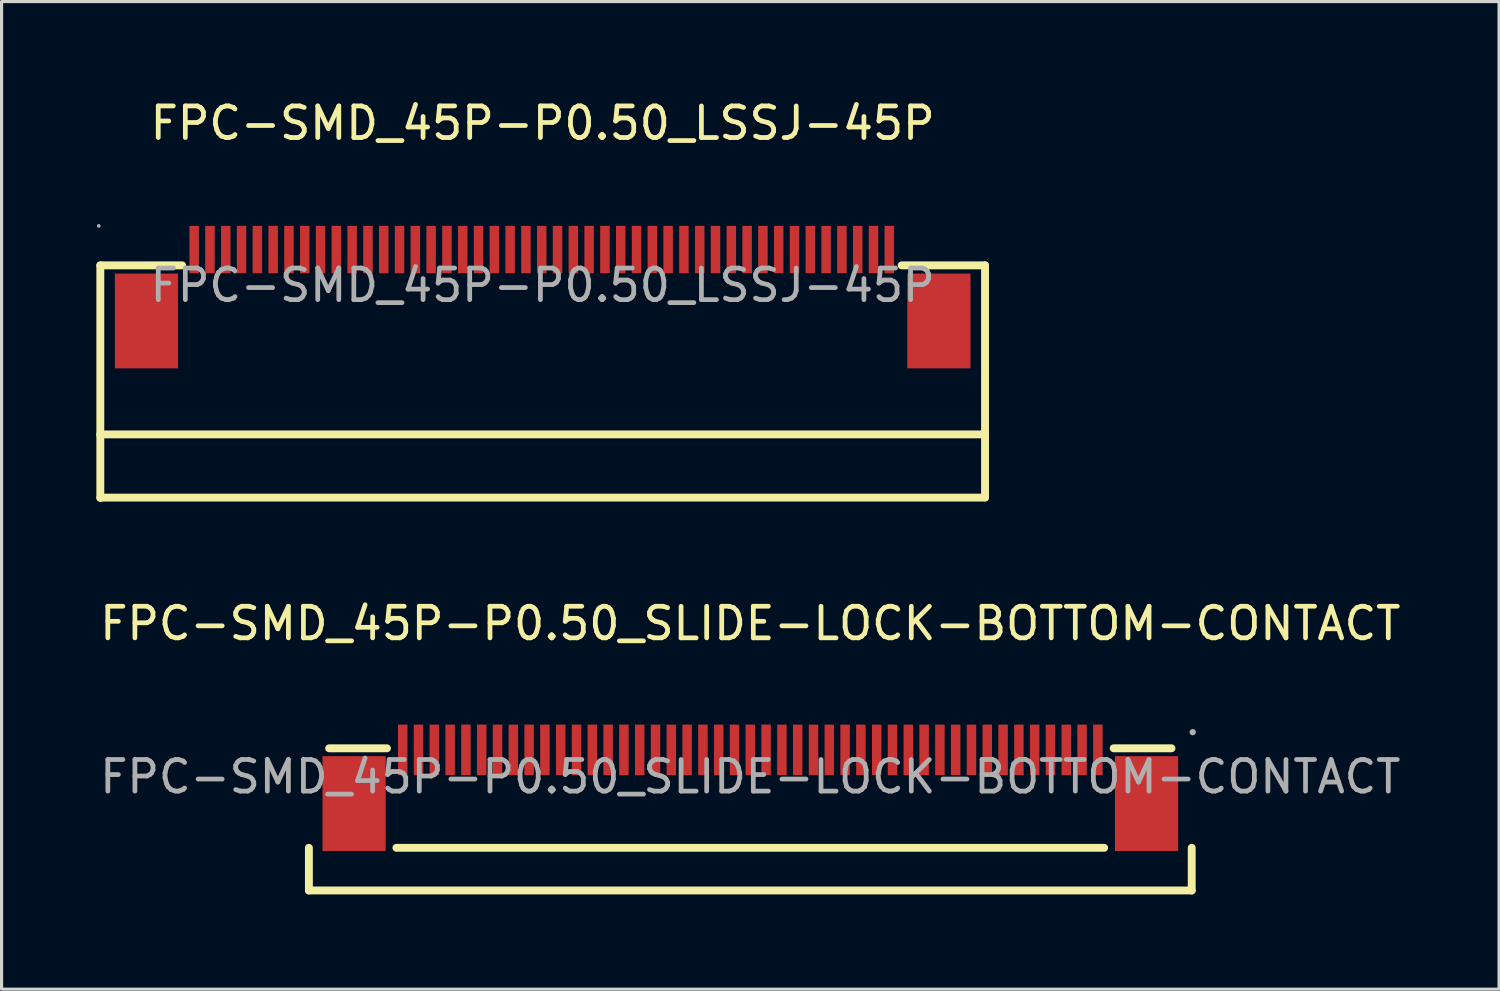
<source format=kicad_pcb>
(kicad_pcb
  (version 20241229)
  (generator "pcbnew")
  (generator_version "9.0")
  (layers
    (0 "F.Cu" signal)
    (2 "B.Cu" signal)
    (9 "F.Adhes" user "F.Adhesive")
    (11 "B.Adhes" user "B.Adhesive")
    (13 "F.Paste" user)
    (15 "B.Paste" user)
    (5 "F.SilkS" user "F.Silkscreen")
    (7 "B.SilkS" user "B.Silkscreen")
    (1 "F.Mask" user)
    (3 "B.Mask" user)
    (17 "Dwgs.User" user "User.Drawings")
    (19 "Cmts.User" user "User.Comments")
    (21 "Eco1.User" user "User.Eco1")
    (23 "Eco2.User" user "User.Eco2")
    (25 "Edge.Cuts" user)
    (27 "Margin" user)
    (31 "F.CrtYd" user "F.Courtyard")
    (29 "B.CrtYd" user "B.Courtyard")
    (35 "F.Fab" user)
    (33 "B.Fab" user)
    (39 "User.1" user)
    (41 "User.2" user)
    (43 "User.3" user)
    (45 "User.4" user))
  (footprint "FPC-SMD_45P-P0.50_SLIDE-LOCK-BOTTOM-CONTACT"
    (layer "F.Cu")
    (at 20.696 21.532)
    (property "Reference" "FPC-SMD_45P-P0.50_SLIDE-LOCK-BOTTOM-CONTACT" (at 0 -4.85 0) (layer "F.SilkS") (effects (font (size 1 1) (thickness 0.15))))
    (attr through_hole)
    (fp_line (start -13.97 3.6) (end -13.97 2.25) (stroke (width 0.25) (type solid)) (layer "F.SilkS"))
    (fp_line (start -13.97 3.6) (end 13.97 3.6) (stroke (width 0.25) (type solid)) (layer "F.SilkS"))
    (fp_line (start -13.33 -0.9) (end -11.5 -0.9) (stroke (width 0.25) (type solid)) (layer "F.SilkS"))
    (fp_line (start -11.2 2.25) (end 11.2 2.25) (stroke (width 0.25) (type solid)) (layer "F.SilkS"))
    (fp_line (start 11.5 -0.9) (end 13.33 -0.9) (stroke (width 0.25) (type solid)) (layer "F.SilkS"))
    (fp_line (start 13.97 3.6) (end 13.97 2.25) (stroke (width 0.25) (type solid)) (layer "F.SilkS"))
    (fp_circle (center 14 -1.41) (end 14.05 -1.41) (stroke (width 0.1) (type solid)) (fill no) (layer "F.Fab"))
    (fp_text user "${REFERENCE}" (at 0 0 0) (layer "F.Fab") (effects (font (size 1 1) (thickness 0.15))))
    (pad "1" smd rect (at 11 -0.85 180) (size 0.3 1.6) (layers "F.Cu" "F.Mask" "F.Paste"))
    (pad "2" smd rect (at 10.5 -0.85 180) (size 0.3 1.6) (layers "F.Cu" "F.Mask" "F.Paste"))
    (pad "3" smd rect (at 10 -0.85 180) (size 0.3 1.6) (layers "F.Cu" "F.Mask" "F.Paste"))
    (pad "4" smd rect (at 9.5 -0.85 180) (size 0.3 1.6) (layers "F.Cu" "F.Mask" "F.Paste"))
    (pad "5" smd rect (at 9 -0.85 180) (size 0.3 1.6) (layers "F.Cu" "F.Mask" "F.Paste"))
    (pad "6" smd rect (at 8.5 -0.85 180) (size 0.3 1.6) (layers "F.Cu" "F.Mask" "F.Paste"))
    (pad "7" smd rect (at 8 -0.85 180) (size 0.3 1.6) (layers "F.Cu" "F.Mask" "F.Paste"))
    (pad "8" smd rect (at 7.5 -0.85 180) (size 0.3 1.6) (layers "F.Cu" "F.Mask" "F.Paste"))
    (pad "9" smd rect (at 7 -0.85 180) (size 0.3 1.6) (layers "F.Cu" "F.Mask" "F.Paste"))
    (pad "10" smd rect (at 6.5 -0.85 180) (size 0.3 1.6) (layers "F.Cu" "F.Mask" "F.Paste"))
    (pad "11" smd rect (at 6 -0.85 180) (size 0.3 1.6) (layers "F.Cu" "F.Mask" "F.Paste"))
    (pad "12" smd rect (at 5.5 -0.85 180) (size 0.3 1.6) (layers "F.Cu" "F.Mask" "F.Paste"))
    (pad "13" smd rect (at 5 -0.85 180) (size 0.3 1.6) (layers "F.Cu" "F.Mask" "F.Paste"))
    (pad "14" smd rect (at 4.5 -0.85 180) (size 0.3 1.6) (layers "F.Cu" "F.Mask" "F.Paste"))
    (pad "15" smd rect (at 4 -0.85 180) (size 0.3 1.6) (layers "F.Cu" "F.Mask" "F.Paste"))
    (pad "16" smd rect (at 3.5 -0.85 180) (size 0.3 1.6) (layers "F.Cu" "F.Mask" "F.Paste"))
    (pad "17" smd rect (at 3 -0.85 180) (size 0.3 1.6) (layers "F.Cu" "F.Mask" "F.Paste"))
    (pad "18" smd rect (at 2.5 -0.85 180) (size 0.3 1.6) (layers "F.Cu" "F.Mask" "F.Paste"))
    (pad "19" smd rect (at 2 -0.85 180) (size 0.3 1.6) (layers "F.Cu" "F.Mask" "F.Paste"))
    (pad "20" smd rect (at 1.5 -0.85 180) (size 0.3 1.6) (layers "F.Cu" "F.Mask" "F.Paste"))
    (pad "21" smd rect (at 1 -0.85 180) (size 0.3 1.6) (layers "F.Cu" "F.Mask" "F.Paste"))
    (pad "22" smd rect (at 0.5 -0.85 180) (size 0.3 1.6) (layers "F.Cu" "F.Mask" "F.Paste"))
    (pad "23" smd rect (at 0 -0.85 180) (size 0.3 1.6) (layers "F.Cu" "F.Mask" "F.Paste"))
    (pad "24" smd rect (at -0.5 -0.85 180) (size 0.3 1.6) (layers "F.Cu" "F.Mask" "F.Paste"))
    (pad "25" smd rect (at -1 -0.85 180) (size 0.3 1.6) (layers "F.Cu" "F.Mask" "F.Paste"))
    (pad "26" smd rect (at -1.5 -0.85 180) (size 0.3 1.6) (layers "F.Cu" "F.Mask" "F.Paste"))
    (pad "27" smd rect (at -2 -0.85 180) (size 0.3 1.6) (layers "F.Cu" "F.Mask" "F.Paste"))
    (pad "28" smd rect (at -2.5 -0.85 180) (size 0.3 1.6) (layers "F.Cu" "F.Mask" "F.Paste"))
    (pad "29" smd rect (at -3 -0.85 180) (size 0.3 1.6) (layers "F.Cu" "F.Mask" "F.Paste"))
    (pad "30" smd rect (at -3.5 -0.85 180) (size 0.3 1.6) (layers "F.Cu" "F.Mask" "F.Paste"))
    (pad "31" smd rect (at -4 -0.85 180) (size 0.3 1.6) (layers "F.Cu" "F.Mask" "F.Paste"))
    (pad "32" smd rect (at -4.5 -0.85 180) (size 0.3 1.6) (layers "F.Cu" "F.Mask" "F.Paste"))
    (pad "33" smd rect (at -5 -0.85 180) (size 0.3 1.6) (layers "F.Cu" "F.Mask" "F.Paste"))
    (pad "34" smd rect (at -5.5 -0.85 180) (size 0.3 1.6) (layers "F.Cu" "F.Mask" "F.Paste"))
    (pad "35" smd rect (at -6 -0.85 180) (size 0.3 1.6) (layers "F.Cu" "F.Mask" "F.Paste"))
    (pad "36" smd rect (at -6.5 -0.85 180) (size 0.3 1.6) (layers "F.Cu" "F.Mask" "F.Paste"))
    (pad "37" smd rect (at -7 -0.85 180) (size 0.3 1.6) (layers "F.Cu" "F.Mask" "F.Paste"))
    (pad "38" smd rect (at -7.5 -0.85 180) (size 0.3 1.6) (layers "F.Cu" "F.Mask" "F.Paste"))
    (pad "39" smd rect (at -8 -0.85 180) (size 0.3 1.6) (layers "F.Cu" "F.Mask" "F.Paste"))
    (pad "40" smd rect (at -8.5 -0.85 180) (size 0.3 1.6) (layers "F.Cu" "F.Mask" "F.Paste"))
    (pad "41" smd rect (at -9 -0.85 180) (size 0.3 1.6) (layers "F.Cu" "F.Mask" "F.Paste"))
    (pad "42" smd rect (at -9.5 -0.85 180) (size 0.3 1.6) (layers "F.Cu" "F.Mask" "F.Paste"))
    (pad "43" smd rect (at -10 -0.85 180) (size 0.3 1.6) (layers "F.Cu" "F.Mask" "F.Paste"))
    (pad "44" smd rect (at -10.5 -0.85 180) (size 0.3 1.6) (layers "F.Cu" "F.Mask" "F.Paste"))
    (pad "45" smd rect (at -11 -0.85 180) (size 0.3 1.6) (layers "F.Cu" "F.Mask" "F.Paste"))
    (pad "46" smd rect (at -12.54 0.85) (size 2 3) (layers "F.Cu" "F.Mask" "F.Paste"))
    (pad "47" smd rect (at 12.54 0.85 180) (size 2 3) (layers "F.Cu" "F.Mask" "F.Paste")))
  (footprint "FPC-SMD_45P-P0.50_LSSJ-45P"
    (layer "F.Cu")
    (at 14.125 5.978)
    (property "Reference" "FPC-SMD_45P-P0.50_LSSJ-45P" (at 0 -5.13 0) (layer "F.SilkS") (effects (font (size 1 1) (thickness 0.15))))
    (attr through_hole)
    (fp_line (start -14 -0.63) (end -14 4.72) (stroke (width 0.25) (type solid)) (layer "F.SilkS"))
    (fp_line (start -14 4.72) (end 14 4.72) (stroke (width 0.25) (type solid)) (layer "F.SilkS"))
    (fp_line (start -14 4.75) (end -14 6.73) (stroke (width 0.25) (type solid)) (layer "F.SilkS"))
    (fp_line (start -14 6.72) (end 14 6.72) (stroke (width 0.25) (type solid)) (layer "F.SilkS"))
    (fp_line (start -11.41 -0.63) (end -14 -0.63) (stroke (width 0.25) (type solid)) (layer "F.SilkS"))
    (fp_line (start 14 -0.63) (end 11.36 -0.63) (stroke (width 0.25) (type solid)) (layer "F.SilkS"))
    (fp_line (start 14 -0.63) (end 14 4.72) (stroke (width 0.25) (type solid)) (layer "F.SilkS"))
    (fp_line (start 14 4.73) (end 14 6.71) (stroke (width 0.25) (type solid)) (layer "F.SilkS"))
    (fp_circle (center -14.05 -1.88) (end -14.02 -1.88) (stroke (width 0.06) (type solid)) (fill no) (layer "F.Fab"))
    (fp_text user "${REFERENCE}" (at 0 0 0) (layer "F.Fab") (effects (font (size 1 1) (thickness 0.15))))
    (pad "1" smd rect (at -11.03 -1.13 180) (size 0.3 1.5) (layers "F.Cu" "F.Mask" "F.Paste"))
    (pad "2" smd rect (at -10.53 -1.13 180) (size 0.3 1.5) (layers "F.Cu" "F.Mask" "F.Paste"))
    (pad "3" smd rect (at -10.03 -1.13 180) (size 0.3 1.5) (layers "F.Cu" "F.Mask" "F.Paste"))
    (pad "4" smd rect (at -9.53 -1.13 180) (size 0.3 1.5) (layers "F.Cu" "F.Mask" "F.Paste"))
    (pad "5" smd rect (at -9.03 -1.13 180) (size 0.3 1.5) (layers "F.Cu" "F.Mask" "F.Paste"))
    (pad "6" smd rect (at -8.53 -1.13 180) (size 0.3 1.5) (layers "F.Cu" "F.Mask" "F.Paste"))
    (pad "7" smd rect (at -8.03 -1.13 180) (size 0.3 1.5) (layers "F.Cu" "F.Mask" "F.Paste"))
    (pad "8" smd rect (at -7.53 -1.13 180) (size 0.3 1.5) (layers "F.Cu" "F.Mask" "F.Paste"))
    (pad "9" smd rect (at -7.03 -1.13 180) (size 0.3 1.5) (layers "F.Cu" "F.Mask" "F.Paste"))
    (pad "10" smd rect (at -6.53 -1.13 180) (size 0.3 1.5) (layers "F.Cu" "F.Mask" "F.Paste"))
    (pad "11" smd rect (at -6.03 -1.13 180) (size 0.3 1.5) (layers "F.Cu" "F.Mask" "F.Paste"))
    (pad "12" smd rect (at -5.53 -1.13 180) (size 0.3 1.5) (layers "F.Cu" "F.Mask" "F.Paste"))
    (pad "13" smd rect (at -5.03 -1.13 180) (size 0.3 1.5) (layers "F.Cu" "F.Mask" "F.Paste"))
    (pad "14" smd rect (at -4.53 -1.13 180) (size 0.3 1.5) (layers "F.Cu" "F.Mask" "F.Paste"))
    (pad "15" smd rect (at -4.03 -1.13 180) (size 0.3 1.5) (layers "F.Cu" "F.Mask" "F.Paste"))
    (pad "16" smd rect (at -3.53 -1.13 180) (size 0.3 1.5) (layers "F.Cu" "F.Mask" "F.Paste"))
    (pad "17" smd rect (at -3.03 -1.13 180) (size 0.3 1.5) (layers "F.Cu" "F.Mask" "F.Paste"))
    (pad "18" smd rect (at -2.53 -1.13 180) (size 0.3 1.5) (layers "F.Cu" "F.Mask" "F.Paste"))
    (pad "19" smd rect (at -2.03 -1.13 180) (size 0.3 1.5) (layers "F.Cu" "F.Mask" "F.Paste"))
    (pad "20" smd rect (at -1.53 -1.13 180) (size 0.3 1.5) (layers "F.Cu" "F.Mask" "F.Paste"))
    (pad "21" smd rect (at -1.03 -1.13 180) (size 0.3 1.5) (layers "F.Cu" "F.Mask" "F.Paste"))
    (pad "22" smd rect (at -0.53 -1.13 180) (size 0.3 1.5) (layers "F.Cu" "F.Mask" "F.Paste"))
    (pad "23" smd rect (at -0.03 -1.13 180) (size 0.3 1.5) (layers "F.Cu" "F.Mask" "F.Paste"))
    (pad "24" smd rect (at 0.47 -1.13 180) (size 0.3 1.5) (layers "F.Cu" "F.Mask" "F.Paste"))
    (pad "25" smd rect (at 0.97 -1.13 180) (size 0.3 1.5) (layers "F.Cu" "F.Mask" "F.Paste"))
    (pad "26" smd rect (at 1.47 -1.13 180) (size 0.3 1.5) (layers "F.Cu" "F.Mask" "F.Paste"))
    (pad "27" smd rect (at 1.97 -1.13 180) (size 0.3 1.5) (layers "F.Cu" "F.Mask" "F.Paste"))
    (pad "28" smd rect (at 2.47 -1.13 180) (size 0.3 1.5) (layers "F.Cu" "F.Mask" "F.Paste"))
    (pad "29" smd rect (at 2.97 -1.13 180) (size 0.3 1.5) (layers "F.Cu" "F.Mask" "F.Paste"))
    (pad "30" smd rect (at 3.47 -1.13 180) (size 0.3 1.5) (layers "F.Cu" "F.Mask" "F.Paste"))
    (pad "31" smd rect (at 3.97 -1.13 180) (size 0.3 1.5) (layers "F.Cu" "F.Mask" "F.Paste"))
    (pad "32" smd rect (at 4.47 -1.13 180) (size 0.3 1.5) (layers "F.Cu" "F.Mask" "F.Paste"))
    (pad "33" smd rect (at 4.97 -1.13 180) (size 0.3 1.5) (layers "F.Cu" "F.Mask" "F.Paste"))
    (pad "34" smd rect (at 5.47 -1.13 180) (size 0.3 1.5) (layers "F.Cu" "F.Mask" "F.Paste"))
    (pad "35" smd rect (at 5.97 -1.13 180) (size 0.3 1.5) (layers "F.Cu" "F.Mask" "F.Paste"))
    (pad "36" smd rect (at 6.47 -1.13 180) (size 0.3 1.5) (layers "F.Cu" "F.Mask" "F.Paste"))
    (pad "37" smd rect (at 6.97 -1.13 180) (size 0.3 1.5) (layers "F.Cu" "F.Mask" "F.Paste"))
    (pad "38" smd rect (at 7.47 -1.13 180) (size 0.3 1.5) (layers "F.Cu" "F.Mask" "F.Paste"))
    (pad "39" smd rect (at 7.97 -1.13 180) (size 0.3 1.5) (layers "F.Cu" "F.Mask" "F.Paste"))
    (pad "40" smd rect (at 8.47 -1.13 180) (size 0.3 1.5) (layers "F.Cu" "F.Mask" "F.Paste"))
    (pad "41" smd rect (at 8.97 -1.13 180) (size 0.3 1.5) (layers "F.Cu" "F.Mask" "F.Paste"))
    (pad "42" smd rect (at 9.47 -1.13 180) (size 0.3 1.5) (layers "F.Cu" "F.Mask" "F.Paste"))
    (pad "43" smd rect (at 9.97 -1.13 180) (size 0.3 1.5) (layers "F.Cu" "F.Mask" "F.Paste"))
    (pad "44" smd rect (at 10.47 -1.13 180) (size 0.3 1.5) (layers "F.Cu" "F.Mask" "F.Paste"))
    (pad "45" smd rect (at 10.97 -1.13 180) (size 0.3 1.5) (layers "F.Cu" "F.Mask" "F.Paste"))
    (pad "46" smd rect (at 12.54 1.13 180) (size 2 3) (layers "F.Cu" "F.Mask" "F.Paste"))
    (pad "47" smd rect (at -12.54 1.13) (size 2 3) (layers "F.Cu" "F.Mask" "F.Paste")))
  (gr_rect
    (start -3 -3)
    (end 44.393 28.256)
    (stroke (width 0.1) (type default))
    (fill no)
    (layer "Edge.Cuts")))
</source>
